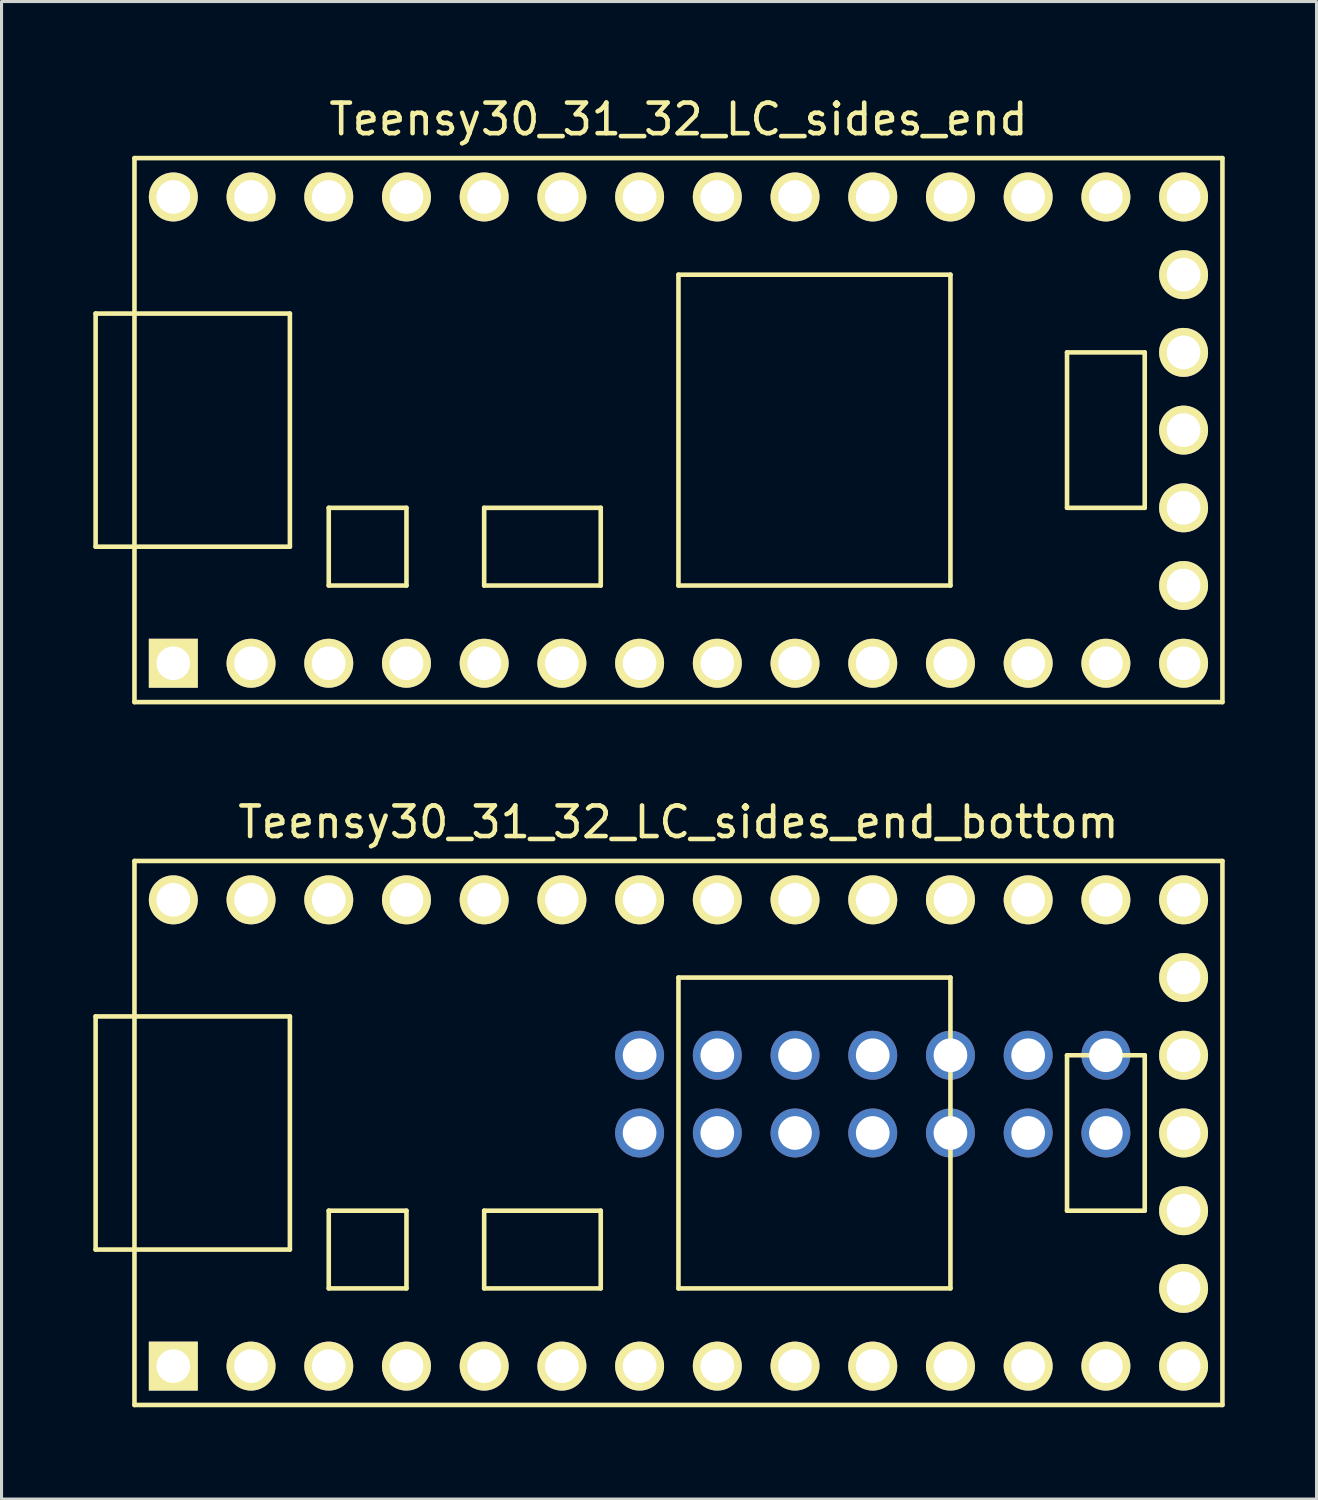
<source format=kicad_pcb>
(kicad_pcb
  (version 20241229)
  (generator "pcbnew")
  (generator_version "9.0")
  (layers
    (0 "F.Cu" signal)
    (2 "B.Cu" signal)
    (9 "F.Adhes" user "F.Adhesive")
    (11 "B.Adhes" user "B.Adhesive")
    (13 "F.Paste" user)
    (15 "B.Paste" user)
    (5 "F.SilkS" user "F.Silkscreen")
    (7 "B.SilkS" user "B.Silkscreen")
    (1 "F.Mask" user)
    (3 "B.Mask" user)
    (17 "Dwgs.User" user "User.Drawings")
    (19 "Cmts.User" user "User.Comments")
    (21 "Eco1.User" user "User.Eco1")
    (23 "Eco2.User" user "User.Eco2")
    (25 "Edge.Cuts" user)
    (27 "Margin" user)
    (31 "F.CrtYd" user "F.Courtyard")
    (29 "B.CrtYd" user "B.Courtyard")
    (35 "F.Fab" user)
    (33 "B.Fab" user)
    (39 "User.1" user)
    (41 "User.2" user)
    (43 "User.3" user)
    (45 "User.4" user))
  (footprint "Teensy30_31_32_LC_sides_end_bottom"
    (layer "F.Cu")
    (at 19.125 33.981)
    (property "Reference" "Teensy30_31_32_LC_sides_end_bottom" (at 0 -10.16 0) (layer "F.SilkS") (effects (font (size 1 1) (thickness 0.15))))
    (attr through_hole)
    (fp_line (start -19.05 -3.81) (end -17.78 -3.81) (stroke (width 0.15) (type solid)) (layer "F.SilkS"))
    (fp_line (start -19.05 3.81) (end -19.05 -3.81) (stroke (width 0.15) (type solid)) (layer "F.SilkS"))
    (fp_line (start -17.78 -8.89) (end 17.78 -8.89) (stroke (width 0.15) (type solid)) (layer "F.SilkS"))
    (fp_line (start -17.78 3.81) (end -19.05 3.81) (stroke (width 0.15) (type solid)) (layer "F.SilkS"))
    (fp_line (start -17.78 8.89) (end -17.78 -8.89) (stroke (width 0.15) (type solid)) (layer "F.SilkS"))
    (fp_line (start -12.7 -3.81) (end -17.78 -3.81) (stroke (width 0.15) (type solid)) (layer "F.SilkS"))
    (fp_line (start -12.7 3.81) (end -17.78 3.81) (stroke (width 0.15) (type solid)) (layer "F.SilkS"))
    (fp_line (start -12.7 3.81) (end -12.7 -3.81) (stroke (width 0.15) (type solid)) (layer "F.SilkS"))
    (fp_line (start -11.43 2.54) (end -11.43 5.08) (stroke (width 0.15) (type solid)) (layer "F.SilkS"))
    (fp_line (start -11.43 5.08) (end -8.89 5.08) (stroke (width 0.15) (type solid)) (layer "F.SilkS"))
    (fp_line (start -8.89 2.54) (end -11.43 2.54) (stroke (width 0.15) (type solid)) (layer "F.SilkS"))
    (fp_line (start -8.89 5.08) (end -8.89 2.54) (stroke (width 0.15) (type solid)) (layer "F.SilkS"))
    (fp_line (start -6.35 2.54) (end -6.35 5.08) (stroke (width 0.15) (type solid)) (layer "F.SilkS"))
    (fp_line (start -6.35 5.08) (end -2.54 5.08) (stroke (width 0.15) (type solid)) (layer "F.SilkS"))
    (fp_line (start -2.54 2.54) (end -6.35 2.54) (stroke (width 0.15) (type solid)) (layer "F.SilkS"))
    (fp_line (start -2.54 5.08) (end -2.54 2.54) (stroke (width 0.15) (type solid)) (layer "F.SilkS"))
    (fp_line (start 0 -5.08) (end 0 5.08) (stroke (width 0.15) (type solid)) (layer "F.SilkS"))
    (fp_line (start 8.89 -5.08) (end 0 -5.08) (stroke (width 0.15) (type solid)) (layer "F.SilkS"))
    (fp_line (start 8.89 5.08) (end 0 5.08) (stroke (width 0.15) (type solid)) (layer "F.SilkS"))
    (fp_line (start 8.89 5.08) (end 8.89 -5.08) (stroke (width 0.15) (type solid)) (layer "F.SilkS"))
    (fp_line (start 12.7 -2.54) (end 15.24 -2.54) (stroke (width 0.15) (type solid)) (layer "F.SilkS"))
    (fp_line (start 12.7 2.54) (end 12.7 -2.54) (stroke (width 0.15) (type solid)) (layer "F.SilkS"))
    (fp_line (start 15.24 -2.54) (end 15.24 2.54) (stroke (width 0.15) (type solid)) (layer "F.SilkS"))
    (fp_line (start 15.24 2.54) (end 12.7 2.54) (stroke (width 0.15) (type solid)) (layer "F.SilkS"))
    (fp_line (start 17.78 -8.89) (end 17.78 8.89) (stroke (width 0.15) (type solid)) (layer "F.SilkS"))
    (fp_line (start 17.78 8.89) (end -17.78 8.89) (stroke (width 0.15) (type solid)) (layer "F.SilkS"))
    (pad "1" thru_hole rect (at -16.51 7.62) (size 1.6 1.6) (drill 1.1) (layers "*.Cu" "*.Mask" "F.SilkS"))
    (pad "2" thru_hole circle (at -13.97 7.62) (size 1.6 1.6) (drill 1.1) (layers "*.Cu" "*.Mask" "F.SilkS"))
    (pad "3" thru_hole circle (at -11.43 7.62) (size 1.6 1.6) (drill 1.1) (layers "*.Cu" "*.Mask" "F.SilkS"))
    (pad "4" thru_hole circle (at -8.89 7.62) (size 1.6 1.6) (drill 1.1) (layers "*.Cu" "*.Mask" "F.SilkS"))
    (pad "5" thru_hole circle (at -6.35 7.62) (size 1.6 1.6) (drill 1.1) (layers "*.Cu" "*.Mask" "F.SilkS"))
    (pad "6" thru_hole circle (at -3.81 7.62) (size 1.6 1.6) (drill 1.1) (layers "*.Cu" "*.Mask" "F.SilkS"))
    (pad "7" thru_hole circle (at -1.27 7.62) (size 1.6 1.6) (drill 1.1) (layers "*.Cu" "*.Mask" "F.SilkS"))
    (pad "8" thru_hole circle (at 1.27 7.62) (size 1.6 1.6) (drill 1.1) (layers "*.Cu" "*.Mask" "F.SilkS"))
    (pad "9" thru_hole circle (at 3.81 7.62) (size 1.6 1.6) (drill 1.1) (layers "*.Cu" "*.Mask" "F.SilkS"))
    (pad "10" thru_hole circle (at 6.35 7.62) (size 1.6 1.6) (drill 1.1) (layers "*.Cu" "*.Mask" "F.SilkS"))
    (pad "11" thru_hole circle (at 8.89 7.62) (size 1.6 1.6) (drill 1.1) (layers "*.Cu" "*.Mask" "F.SilkS"))
    (pad "12" thru_hole circle (at 11.43 7.62) (size 1.6 1.6) (drill 1.1) (layers "*.Cu" "*.Mask" "F.SilkS"))
    (pad "13" thru_hole circle (at 13.97 7.62) (size 1.6 1.6) (drill 1.1) (layers "*.Cu" "*.Mask" "F.SilkS"))
    (pad "14" thru_hole circle (at 16.51 7.62) (size 1.6 1.6) (drill 1.1) (layers "*.Cu" "*.Mask" "F.SilkS"))
    (pad "15" thru_hole circle (at 16.51 5.08) (size 1.6 1.6) (drill 1.1) (layers "*.Cu" "*.Mask" "F.SilkS"))
    (pad "16" thru_hole circle (at 16.51 2.54) (size 1.6 1.6) (drill 1.1) (layers "*.Cu" "*.Mask" "F.SilkS"))
    (pad "17" thru_hole circle (at 16.51 0) (size 1.6 1.6) (drill 1.1) (layers "*.Cu" "*.Mask" "F.SilkS"))
    (pad "18" thru_hole circle (at 16.51 -2.54) (size 1.6 1.6) (drill 1.1) (layers "*.Cu" "*.Mask" "F.SilkS"))
    (pad "19" thru_hole circle (at 16.51 -5.08) (size 1.6 1.6) (drill 1.1) (layers "*.Cu" "*.Mask" "F.SilkS"))
    (pad "20" thru_hole circle (at 16.51 -7.62) (size 1.6 1.6) (drill 1.1) (layers "*.Cu" "*.Mask" "F.SilkS"))
    (pad "21" thru_hole circle (at 13.97 -7.62) (size 1.6 1.6) (drill 1.1) (layers "*.Cu" "*.Mask" "F.SilkS"))
    (pad "22" thru_hole circle (at 11.43 -7.62) (size 1.6 1.6) (drill 1.1) (layers "*.Cu" "*.Mask" "F.SilkS"))
    (pad "23" thru_hole circle (at 8.89 -7.62) (size 1.6 1.6) (drill 1.1) (layers "*.Cu" "*.Mask" "F.SilkS"))
    (pad "24" thru_hole circle (at 6.35 -7.62) (size 1.6 1.6) (drill 1.1) (layers "*.Cu" "*.Mask" "F.SilkS"))
    (pad "25" thru_hole circle (at 3.81 -7.62) (size 1.6 1.6) (drill 1.1) (layers "*.Cu" "*.Mask" "F.SilkS"))
    (pad "26" thru_hole circle (at 1.27 -7.62) (size 1.6 1.6) (drill 1.1) (layers "*.Cu" "*.Mask" "F.SilkS"))
    (pad "27" thru_hole circle (at -1.27 -7.62) (size 1.6 1.6) (drill 1.1) (layers "*.Cu" "*.Mask" "F.SilkS"))
    (pad "28" thru_hole circle (at -3.81 -7.62) (size 1.6 1.6) (drill 1.1) (layers "*.Cu" "*.Mask" "F.SilkS"))
    (pad "29" thru_hole circle (at -6.35 -7.62) (size 1.6 1.6) (drill 1.1) (layers "*.Cu" "*.Mask" "F.SilkS"))
    (pad "30" thru_hole circle (at -8.89 -7.62) (size 1.6 1.6) (drill 1.1) (layers "*.Cu" "*.Mask" "F.SilkS"))
    (pad "31" thru_hole circle (at -11.43 -7.62) (size 1.6 1.6) (drill 1.1) (layers "*.Cu" "*.Mask" "F.SilkS"))
    (pad "32" thru_hole circle (at -13.97 -7.62) (size 1.6 1.6) (drill 1.1) (layers "*.Cu" "*.Mask" "F.SilkS"))
    (pad "33" thru_hole circle (at -16.51 -7.62) (size 1.6 1.6) (drill 1.1) (layers "*.Cu" "*.Mask" "F.SilkS"))
    (pad "38" thru_hole circle (at -1.27 0) (size 1.6 1.6) (drill 1.1) (layers "*.Cu" "*.Mask"))
    (pad "39" thru_hole circle (at 1.27 0) (size 1.6 1.6) (drill 1.1) (layers "*.Cu" "*.Mask"))
    (pad "40" thru_hole circle (at 3.81 0) (size 1.6 1.6) (drill 1.1) (layers "*.Cu" "*.Mask"))
    (pad "41" thru_hole circle (at 6.35 0) (size 1.6 1.6) (drill 1.1) (layers "*.Cu" "*.Mask"))
    (pad "42" thru_hole circle (at 8.89 0) (size 1.6 1.6) (drill 1.1) (layers "*.Cu" "*.Mask"))
    (pad "43" thru_hole circle (at 11.43 0) (size 1.6 1.6) (drill 1.1) (layers "*.Cu" "*.Mask"))
    (pad "44" thru_hole circle (at 13.97 0) (size 1.6 1.6) (drill 1.1) (layers "*.Cu" "*.Mask"))
    (pad "45" thru_hole circle (at 13.97 -2.54) (size 1.6 1.6) (drill 1.1) (layers "*.Cu" "*.Mask"))
    (pad "46" thru_hole circle (at 11.43 -2.54) (size 1.6 1.6) (drill 1.1) (layers "*.Cu" "*.Mask"))
    (pad "47" thru_hole circle (at 8.89 -2.54) (size 1.6 1.6) (drill 1.1) (layers "*.Cu" "*.Mask"))
    (pad "48" thru_hole circle (at 6.35 -2.54) (size 1.6 1.6) (drill 1.1) (layers "*.Cu" "*.Mask"))
    (pad "49" thru_hole circle (at 3.81 -2.54) (size 1.6 1.6) (drill 1.1) (layers "*.Cu" "*.Mask"))
    (pad "50" thru_hole circle (at 1.27 -2.54) (size 1.6 1.6) (drill 1.1) (layers "*.Cu" "*.Mask"))
    (pad "51" thru_hole circle (at -1.27 -2.54) (size 1.6 1.6) (drill 1.1) (layers "*.Cu" "*.Mask")))
  (footprint "Teensy30_31_32_LC_sides_end"
    (layer "F.Cu")
    (at 19.125 11.008)
    (property "Reference" "Teensy30_31_32_LC_sides_end" (at 0 -10.16 0) (layer "F.SilkS") (effects (font (size 1 1) (thickness 0.15))))
    (attr through_hole)
    (fp_line (start -19.05 -3.81) (end -17.78 -3.81) (stroke (width 0.15) (type solid)) (layer "F.SilkS"))
    (fp_line (start -19.05 3.81) (end -19.05 -3.81) (stroke (width 0.15) (type solid)) (layer "F.SilkS"))
    (fp_line (start -17.78 -8.89) (end 17.78 -8.89) (stroke (width 0.15) (type solid)) (layer "F.SilkS"))
    (fp_line (start -17.78 3.81) (end -19.05 3.81) (stroke (width 0.15) (type solid)) (layer "F.SilkS"))
    (fp_line (start -17.78 8.89) (end -17.78 -8.89) (stroke (width 0.15) (type solid)) (layer "F.SilkS"))
    (fp_line (start -12.7 -3.81) (end -17.78 -3.81) (stroke (width 0.15) (type solid)) (layer "F.SilkS"))
    (fp_line (start -12.7 3.81) (end -17.78 3.81) (stroke (width 0.15) (type solid)) (layer "F.SilkS"))
    (fp_line (start -12.7 3.81) (end -12.7 -3.81) (stroke (width 0.15) (type solid)) (layer "F.SilkS"))
    (fp_line (start -11.43 2.54) (end -11.43 5.08) (stroke (width 0.15) (type solid)) (layer "F.SilkS"))
    (fp_line (start -11.43 5.08) (end -8.89 5.08) (stroke (width 0.15) (type solid)) (layer "F.SilkS"))
    (fp_line (start -8.89 2.54) (end -11.43 2.54) (stroke (width 0.15) (type solid)) (layer "F.SilkS"))
    (fp_line (start -8.89 5.08) (end -8.89 2.54) (stroke (width 0.15) (type solid)) (layer "F.SilkS"))
    (fp_line (start -6.35 2.54) (end -6.35 5.08) (stroke (width 0.15) (type solid)) (layer "F.SilkS"))
    (fp_line (start -6.35 5.08) (end -2.54 5.08) (stroke (width 0.15) (type solid)) (layer "F.SilkS"))
    (fp_line (start -2.54 2.54) (end -6.35 2.54) (stroke (width 0.15) (type solid)) (layer "F.SilkS"))
    (fp_line (start -2.54 5.08) (end -2.54 2.54) (stroke (width 0.15) (type solid)) (layer "F.SilkS"))
    (fp_line (start 0 -5.08) (end 0 5.08) (stroke (width 0.15) (type solid)) (layer "F.SilkS"))
    (fp_line (start 8.89 -5.08) (end 0 -5.08) (stroke (width 0.15) (type solid)) (layer "F.SilkS"))
    (fp_line (start 8.89 5.08) (end 0 5.08) (stroke (width 0.15) (type solid)) (layer "F.SilkS"))
    (fp_line (start 8.89 5.08) (end 8.89 -5.08) (stroke (width 0.15) (type solid)) (layer "F.SilkS"))
    (fp_line (start 12.7 -2.54) (end 15.24 -2.54) (stroke (width 0.15) (type solid)) (layer "F.SilkS"))
    (fp_line (start 12.7 2.54) (end 12.7 -2.54) (stroke (width 0.15) (type solid)) (layer "F.SilkS"))
    (fp_line (start 15.24 -2.54) (end 15.24 2.54) (stroke (width 0.15) (type solid)) (layer "F.SilkS"))
    (fp_line (start 15.24 2.54) (end 12.7 2.54) (stroke (width 0.15) (type solid)) (layer "F.SilkS"))
    (fp_line (start 17.78 -8.89) (end 17.78 8.89) (stroke (width 0.15) (type solid)) (layer "F.SilkS"))
    (fp_line (start 17.78 8.89) (end -17.78 8.89) (stroke (width 0.15) (type solid)) (layer "F.SilkS"))
    (pad "1" thru_hole rect (at -16.51 7.62) (size 1.6 1.6) (drill 1.1) (layers "*.Cu" "*.Mask" "F.SilkS"))
    (pad "2" thru_hole circle (at -13.97 7.62) (size 1.6 1.6) (drill 1.1) (layers "*.Cu" "*.Mask" "F.SilkS"))
    (pad "3" thru_hole circle (at -11.43 7.62) (size 1.6 1.6) (drill 1.1) (layers "*.Cu" "*.Mask" "F.SilkS"))
    (pad "4" thru_hole circle (at -8.89 7.62) (size 1.6 1.6) (drill 1.1) (layers "*.Cu" "*.Mask" "F.SilkS"))
    (pad "5" thru_hole circle (at -6.35 7.62) (size 1.6 1.6) (drill 1.1) (layers "*.Cu" "*.Mask" "F.SilkS"))
    (pad "6" thru_hole circle (at -3.81 7.62) (size 1.6 1.6) (drill 1.1) (layers "*.Cu" "*.Mask" "F.SilkS"))
    (pad "7" thru_hole circle (at -1.27 7.62) (size 1.6 1.6) (drill 1.1) (layers "*.Cu" "*.Mask" "F.SilkS"))
    (pad "8" thru_hole circle (at 1.27 7.62) (size 1.6 1.6) (drill 1.1) (layers "*.Cu" "*.Mask" "F.SilkS"))
    (pad "9" thru_hole circle (at 3.81 7.62) (size 1.6 1.6) (drill 1.1) (layers "*.Cu" "*.Mask" "F.SilkS"))
    (pad "10" thru_hole circle (at 6.35 7.62) (size 1.6 1.6) (drill 1.1) (layers "*.Cu" "*.Mask" "F.SilkS"))
    (pad "11" thru_hole circle (at 8.89 7.62) (size 1.6 1.6) (drill 1.1) (layers "*.Cu" "*.Mask" "F.SilkS"))
    (pad "12" thru_hole circle (at 11.43 7.62) (size 1.6 1.6) (drill 1.1) (layers "*.Cu" "*.Mask" "F.SilkS"))
    (pad "13" thru_hole circle (at 13.97 7.62) (size 1.6 1.6) (drill 1.1) (layers "*.Cu" "*.Mask" "F.SilkS"))
    (pad "14" thru_hole circle (at 16.51 7.62) (size 1.6 1.6) (drill 1.1) (layers "*.Cu" "*.Mask" "F.SilkS"))
    (pad "15" thru_hole circle (at 16.51 5.08) (size 1.6 1.6) (drill 1.1) (layers "*.Cu" "*.Mask" "F.SilkS"))
    (pad "16" thru_hole circle (at 16.51 2.54) (size 1.6 1.6) (drill 1.1) (layers "*.Cu" "*.Mask" "F.SilkS"))
    (pad "17" thru_hole circle (at 16.51 0) (size 1.6 1.6) (drill 1.1) (layers "*.Cu" "*.Mask" "F.SilkS"))
    (pad "18" thru_hole circle (at 16.51 -2.54) (size 1.6 1.6) (drill 1.1) (layers "*.Cu" "*.Mask" "F.SilkS"))
    (pad "19" thru_hole circle (at 16.51 -5.08) (size 1.6 1.6) (drill 1.1) (layers "*.Cu" "*.Mask" "F.SilkS"))
    (pad "20" thru_hole circle (at 16.51 -7.62) (size 1.6 1.6) (drill 1.1) (layers "*.Cu" "*.Mask" "F.SilkS"))
    (pad "21" thru_hole circle (at 13.97 -7.62) (size 1.6 1.6) (drill 1.1) (layers "*.Cu" "*.Mask" "F.SilkS"))
    (pad "22" thru_hole circle (at 11.43 -7.62) (size 1.6 1.6) (drill 1.1) (layers "*.Cu" "*.Mask" "F.SilkS"))
    (pad "23" thru_hole circle (at 8.89 -7.62) (size 1.6 1.6) (drill 1.1) (layers "*.Cu" "*.Mask" "F.SilkS"))
    (pad "24" thru_hole circle (at 6.35 -7.62) (size 1.6 1.6) (drill 1.1) (layers "*.Cu" "*.Mask" "F.SilkS"))
    (pad "25" thru_hole circle (at 3.81 -7.62) (size 1.6 1.6) (drill 1.1) (layers "*.Cu" "*.Mask" "F.SilkS"))
    (pad "26" thru_hole circle (at 1.27 -7.62) (size 1.6 1.6) (drill 1.1) (layers "*.Cu" "*.Mask" "F.SilkS"))
    (pad "27" thru_hole circle (at -1.27 -7.62) (size 1.6 1.6) (drill 1.1) (layers "*.Cu" "*.Mask" "F.SilkS"))
    (pad "28" thru_hole circle (at -3.81 -7.62) (size 1.6 1.6) (drill 1.1) (layers "*.Cu" "*.Mask" "F.SilkS"))
    (pad "29" thru_hole circle (at -6.35 -7.62) (size 1.6 1.6) (drill 1.1) (layers "*.Cu" "*.Mask" "F.SilkS"))
    (pad "30" thru_hole circle (at -8.89 -7.62) (size 1.6 1.6) (drill 1.1) (layers "*.Cu" "*.Mask" "F.SilkS"))
    (pad "31" thru_hole circle (at -11.43 -7.62) (size 1.6 1.6) (drill 1.1) (layers "*.Cu" "*.Mask" "F.SilkS"))
    (pad "32" thru_hole circle (at -13.97 -7.62) (size 1.6 1.6) (drill 1.1) (layers "*.Cu" "*.Mask" "F.SilkS"))
    (pad "33" thru_hole circle (at -16.51 -7.62) (size 1.6 1.6) (drill 1.1) (layers "*.Cu" "*.Mask" "F.SilkS")))
  (gr_rect
    (start -3 -3)
    (end 39.98 45.947)
    (stroke (width 0.1) (type default))
    (fill no)
    (layer "Edge.Cuts")))
</source>
